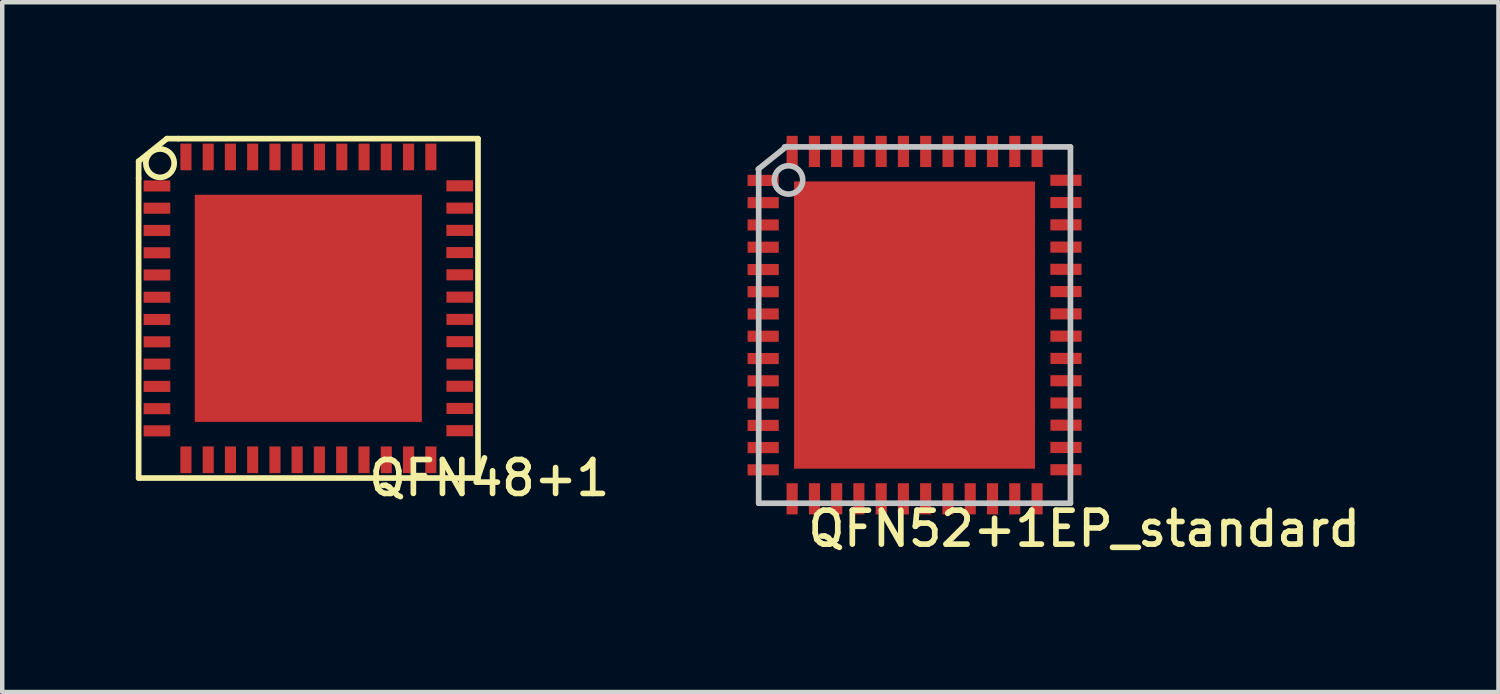
<source format=kicad_pcb>
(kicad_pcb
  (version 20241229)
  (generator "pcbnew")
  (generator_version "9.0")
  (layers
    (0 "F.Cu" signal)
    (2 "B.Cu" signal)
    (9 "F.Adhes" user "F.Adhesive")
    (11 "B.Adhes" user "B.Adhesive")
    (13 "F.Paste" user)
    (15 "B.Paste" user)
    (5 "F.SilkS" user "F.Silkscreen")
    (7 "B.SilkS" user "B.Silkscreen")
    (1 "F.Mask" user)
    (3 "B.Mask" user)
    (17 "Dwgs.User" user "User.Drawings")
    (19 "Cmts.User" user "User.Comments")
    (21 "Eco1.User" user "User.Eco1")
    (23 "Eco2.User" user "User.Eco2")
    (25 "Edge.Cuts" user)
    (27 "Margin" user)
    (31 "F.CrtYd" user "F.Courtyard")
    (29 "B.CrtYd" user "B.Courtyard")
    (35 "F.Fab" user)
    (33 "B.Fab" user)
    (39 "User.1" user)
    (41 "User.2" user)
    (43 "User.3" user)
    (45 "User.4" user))
  (footprint "QFN48+1"
    (layer "F.Cu")
    (at 3.873 3.873)
    (property "Reference" "QFN48+1" (at 4.064 3.81 0) (layer "F.SilkS") (effects (font (size 0.762 0.762) (thickness 0.127))))
    (attr smd)
    (fp_line (start -3.81 -3.302) (end -3.81 -2.921) (stroke (width 0.127) (type solid)) (layer "F.SilkS"))
    (fp_line (start -3.81 3.81) (end -3.81 -2.921) (stroke (width 0.127) (type solid)) (layer "F.SilkS"))
    (fp_line (start -3.175 -3.81) (end -3.81 -3.302) (stroke (width 0.127) (type solid)) (layer "F.SilkS"))
    (fp_line (start -2.921 -3.81) (end -3.175 -3.81) (stroke (width 0.127) (type solid)) (layer "F.SilkS"))
    (fp_line (start -2.921 -3.81) (end 3.81 -3.81) (stroke (width 0.127) (type solid)) (layer "F.SilkS"))
    (fp_line (start 3.81 -3.81) (end 3.81 3.81) (stroke (width 0.127) (type solid)) (layer "F.SilkS"))
    (fp_line (start 3.81 3.81) (end -3.81 3.81) (stroke (width 0.127) (type solid)) (layer "F.SilkS"))
    (fp_circle (center -3.33 -3.259) (end -3.432 -3.561) (stroke (width 0.127) (type solid)) (fill no) (layer "F.SilkS"))
    (pad "1" smd rect (at -3.399 -2.748) (size 0.599 0.249) (layers "F.Cu" "F.Mask" "F.Paste"))
    (pad "2" smd rect (at -3.399 -2.248) (size 0.599 0.249) (layers "F.Cu" "F.Mask" "F.Paste"))
    (pad "3" smd rect (at -3.399 -1.748) (size 0.599 0.249) (layers "F.Cu" "F.Mask" "F.Paste"))
    (pad "4" smd rect (at -3.399 -1.247) (size 0.599 0.249) (layers "F.Cu" "F.Mask" "F.Paste"))
    (pad "5" smd rect (at -3.399 -0.749) (size 0.599 0.249) (layers "F.Cu" "F.Mask" "F.Paste"))
    (pad "6" smd rect (at -3.399 -0.249) (size 0.599 0.249) (layers "F.Cu" "F.Mask" "F.Paste"))
    (pad "7" smd rect (at -3.399 0.251) (size 0.599 0.249) (layers "F.Cu" "F.Mask" "F.Paste"))
    (pad "8" smd rect (at -3.399 0.752) (size 0.599 0.249) (layers "F.Cu" "F.Mask" "F.Paste"))
    (pad "9" smd rect (at -3.399 1.252) (size 0.599 0.249) (layers "F.Cu" "F.Mask" "F.Paste"))
    (pad "10" smd rect (at -3.399 1.753) (size 0.599 0.249) (layers "F.Cu" "F.Mask" "F.Paste"))
    (pad "11" smd rect (at -3.399 2.253) (size 0.599 0.249) (layers "F.Cu" "F.Mask" "F.Paste"))
    (pad "12" smd rect (at -3.399 2.751) (size 0.599 0.249) (layers "F.Cu" "F.Mask" "F.Paste"))
    (pad "13" smd rect (at -2.748 3.401) (size 0.249 0.599) (layers "F.Cu" "F.Mask" "F.Paste"))
    (pad "14" smd rect (at -2.248 3.401) (size 0.249 0.599) (layers "F.Cu" "F.Mask" "F.Paste"))
    (pad "15" smd rect (at -1.748 3.401) (size 0.249 0.599) (layers "F.Cu" "F.Mask" "F.Paste"))
    (pad "16" smd rect (at -1.25 3.401) (size 0.249 0.599) (layers "F.Cu" "F.Mask" "F.Paste"))
    (pad "17" smd rect (at -0.749 3.401) (size 0.249 0.599) (layers "F.Cu" "F.Mask" "F.Paste"))
    (pad "18" smd rect (at -0.251 3.401) (size 0.249 0.599) (layers "F.Cu" "F.Mask" "F.Paste"))
    (pad "19" smd rect (at 0.249 3.401) (size 0.249 0.599) (layers "F.Cu" "F.Mask" "F.Paste"))
    (pad "20" smd rect (at 0.749 3.401) (size 0.249 0.599) (layers "F.Cu" "F.Mask" "F.Paste"))
    (pad "21" smd rect (at 1.25 3.401) (size 0.249 0.599) (layers "F.Cu" "F.Mask" "F.Paste"))
    (pad "22" smd rect (at 1.75 3.401) (size 0.249 0.599) (layers "F.Cu" "F.Mask" "F.Paste"))
    (pad "23" smd rect (at 2.25 3.401) (size 0.249 0.599) (layers "F.Cu" "F.Mask" "F.Paste"))
    (pad "24" smd rect (at 2.751 3.401) (size 0.249 0.599) (layers "F.Cu" "F.Mask" "F.Paste"))
    (pad "25" smd rect (at 3.399 2.748) (size 0.599 0.249) (layers "F.Cu" "F.Mask" "F.Paste"))
    (pad "26" smd rect (at 3.401 2.248) (size 0.599 0.249) (layers "F.Cu" "F.Mask" "F.Paste"))
    (pad "27" smd rect (at 3.401 1.75) (size 0.599 0.249) (layers "F.Cu" "F.Mask" "F.Paste"))
    (pad "28" smd rect (at 3.401 1.25) (size 0.599 0.249) (layers "F.Cu" "F.Mask" "F.Paste"))
    (pad "29" smd rect (at 3.401 0.749) (size 0.599 0.249) (layers "F.Cu" "F.Mask" "F.Paste"))
    (pad "30" smd rect (at 3.401 0.249) (size 0.599 0.249) (layers "F.Cu" "F.Mask" "F.Paste"))
    (pad "31" smd rect (at 3.401 -0.251) (size 0.599 0.249) (layers "F.Cu" "F.Mask" "F.Paste"))
    (pad "32" smd rect (at 3.401 -0.752) (size 0.599 0.249) (layers "F.Cu" "F.Mask" "F.Paste"))
    (pad "33" smd rect (at 3.399 -1.252) (size 0.599 0.249) (layers "F.Cu" "F.Mask" "F.Paste"))
    (pad "34" smd rect (at 3.399 -1.75) (size 0.599 0.249) (layers "F.Cu" "F.Mask" "F.Paste"))
    (pad "35" smd rect (at 3.399 -2.25) (size 0.599 0.249) (layers "F.Cu" "F.Mask" "F.Paste"))
    (pad "36" smd rect (at 3.399 -2.751) (size 0.599 0.249) (layers "F.Cu" "F.Mask" "F.Paste"))
    (pad "37" smd rect (at 2.751 -3.399) (size 0.249 0.599) (layers "F.Cu" "F.Mask" "F.Paste"))
    (pad "38" smd rect (at 2.25 -3.399) (size 0.249 0.599) (layers "F.Cu" "F.Mask" "F.Paste"))
    (pad "39" smd rect (at 1.75 -3.399) (size 0.249 0.599) (layers "F.Cu" "F.Mask" "F.Paste"))
    (pad "40" smd rect (at 1.252 -3.399) (size 0.249 0.599) (layers "F.Cu" "F.Mask" "F.Paste"))
    (pad "41" smd rect (at 0.752 -3.399) (size 0.249 0.599) (layers "F.Cu" "F.Mask" "F.Paste"))
    (pad "42" smd rect (at 0.251 -3.399) (size 0.249 0.599) (layers "F.Cu" "F.Mask" "F.Paste"))
    (pad "43" smd rect (at -0.249 -3.399) (size 0.249 0.599) (layers "F.Cu" "F.Mask" "F.Paste"))
    (pad "44" smd rect (at -0.749 -3.399) (size 0.249 0.599) (layers "F.Cu" "F.Mask" "F.Paste"))
    (pad "45" smd rect (at -1.25 -3.399) (size 0.249 0.599) (layers "F.Cu" "F.Mask" "F.Paste"))
    (pad "46" smd rect (at -1.75 -3.399) (size 0.249 0.599) (layers "F.Cu" "F.Mask" "F.Paste"))
    (pad "47" smd rect (at -2.248 -3.399) (size 0.249 0.599) (layers "F.Cu" "F.Mask" "F.Paste"))
    (pad "48" smd rect (at -2.748 -3.399) (size 0.249 0.599) (layers "F.Cu" "F.Mask" "F.Paste"))
    (pad "49" smd rect (at 0 0) (size 5.1 5.1) (layers "F.Cu" "F.Mask" "F.Paste")))
  (footprint "QFN52+1EP_standard"
    (layer "F.Cu")
    (at 17.485 4.249)
    (property "Reference" "QFN52+1EP_standard" (at 3.81 4.572 0) (layer "F.SilkS") (effects (font (size 0.762 0.762) (thickness 0.127))))
    (attr smd)
    (fp_line (start -3.5 4) (end -3.5 -3.5) (stroke (width 0.127) (type solid)) (layer "Dwgs.User"))
    (fp_line (start -2.921 -4) (end 3.5 -4) (stroke (width 0.127) (type solid)) (layer "Dwgs.User"))
    (fp_line (start -2.875 -4.01) (end -3.51 -3.502) (stroke (width 0.127) (type solid)) (layer "Dwgs.User"))
    (fp_line (start 3.5 -4) (end 3.5 4) (stroke (width 0.127) (type solid)) (layer "Dwgs.User"))
    (fp_line (start 3.5 4) (end -3.5 4) (stroke (width 0.127) (type solid)) (layer "Dwgs.User"))
    (fp_circle (center -2.83 -3.259) (end -2.932 -3.561) (stroke (width 0.127) (type solid)) (fill no) (layer "Dwgs.User"))
    (pad "1" smd rect (at -3.399 -3.248) (size 0.7 0.25) (layers "F.Cu" "F.Mask" "F.Paste"))
    (pad "2" smd rect (at -3.399 -2.748) (size 0.7 0.25) (layers "F.Cu" "F.Mask" "F.Paste"))
    (pad "3" smd rect (at -3.399 -2.248) (size 0.7 0.25) (layers "F.Cu" "F.Mask" "F.Paste"))
    (pad "4" smd rect (at -3.399 -1.748) (size 0.7 0.25) (layers "F.Cu" "F.Mask" "F.Paste"))
    (pad "5" smd rect (at -3.399 -1.247) (size 0.7 0.25) (layers "F.Cu" "F.Mask" "F.Paste"))
    (pad "6" smd rect (at -3.399 -0.749) (size 0.7 0.25) (layers "F.Cu" "F.Mask" "F.Paste"))
    (pad "7" smd rect (at -3.399 -0.249) (size 0.7 0.25) (layers "F.Cu" "F.Mask" "F.Paste"))
    (pad "8" smd rect (at -3.399 0.251) (size 0.7 0.25) (layers "F.Cu" "F.Mask" "F.Paste"))
    (pad "9" smd rect (at -3.399 0.752) (size 0.7 0.25) (layers "F.Cu" "F.Mask" "F.Paste"))
    (pad "10" smd rect (at -3.399 1.252) (size 0.7 0.25) (layers "F.Cu" "F.Mask" "F.Paste"))
    (pad "11" smd rect (at -3.399 1.753) (size 0.7 0.25) (layers "F.Cu" "F.Mask" "F.Paste"))
    (pad "12" smd rect (at -3.399 2.253) (size 0.7 0.25) (layers "F.Cu" "F.Mask" "F.Paste"))
    (pad "13" smd rect (at -3.399 2.751) (size 0.7 0.25) (layers "F.Cu" "F.Mask" "F.Paste"))
    (pad "14" smd rect (at -3.399 3.251) (size 0.7 0.25) (layers "F.Cu" "F.Mask" "F.Paste"))
    (pad "14" smd rect (at -2.748 3.901 90) (size 0.7 0.25) (layers "F.Cu" "F.Mask" "F.Paste"))
    (pad "15" smd rect (at -2.248 3.901 90) (size 0.7 0.25) (layers "F.Cu" "F.Mask" "F.Paste"))
    (pad "16" smd rect (at -1.748 3.901 90) (size 0.7 0.25) (layers "F.Cu" "F.Mask" "F.Paste"))
    (pad "18" smd rect (at -1.25 3.901 90) (size 0.7 0.25) (layers "F.Cu" "F.Mask" "F.Paste"))
    (pad "19" smd rect (at -0.749 3.901 90) (size 0.7 0.25) (layers "F.Cu" "F.Mask" "F.Paste"))
    (pad "20" smd rect (at -0.251 3.901 90) (size 0.7 0.25) (layers "F.Cu" "F.Mask" "F.Paste"))
    (pad "21" smd rect (at 0.249 3.901 90) (size 0.7 0.25) (layers "F.Cu" "F.Mask" "F.Paste"))
    (pad "22" smd rect (at 0.749 3.901 90) (size 0.7 0.25) (layers "F.Cu" "F.Mask" "F.Paste"))
    (pad "23" smd rect (at 1.25 3.901 90) (size 0.7 0.25) (layers "F.Cu" "F.Mask" "F.Paste"))
    (pad "24" smd rect (at 1.75 3.901 90) (size 0.7 0.25) (layers "F.Cu" "F.Mask" "F.Paste"))
    (pad "25" smd rect (at 2.25 3.901 90) (size 0.7 0.25) (layers "F.Cu" "F.Mask" "F.Paste"))
    (pad "26" smd rect (at 2.751 3.901 90) (size 0.7 0.25) (layers "F.Cu" "F.Mask" "F.Paste"))
    (pad "27" smd rect (at 3.399 3.248) (size 0.7 0.25) (layers "F.Cu" "F.Mask" "F.Paste"))
    (pad "28" smd rect (at 3.399 2.748) (size 0.7 0.25) (layers "F.Cu" "F.Mask" "F.Paste"))
    (pad "29" smd rect (at 3.401 2.248) (size 0.7 0.25) (layers "F.Cu" "F.Mask" "F.Paste"))
    (pad "30" smd rect (at 3.401 1.75) (size 0.7 0.25) (layers "F.Cu" "F.Mask" "F.Paste"))
    (pad "31" smd rect (at 3.401 1.25) (size 0.7 0.25) (layers "F.Cu" "F.Mask" "F.Paste"))
    (pad "32" smd rect (at 3.401 0.749) (size 0.7 0.25) (layers "F.Cu" "F.Mask" "F.Paste"))
    (pad "33" smd rect (at 3.401 0.249) (size 0.7 0.25) (layers "F.Cu" "F.Mask" "F.Paste"))
    (pad "34" smd rect (at 3.401 -0.251) (size 0.7 0.25) (layers "F.Cu" "F.Mask" "F.Paste"))
    (pad "35" smd rect (at 3.401 -0.752) (size 0.7 0.25) (layers "F.Cu" "F.Mask" "F.Paste"))
    (pad "36" smd rect (at 3.399 -1.252) (size 0.7 0.25) (layers "F.Cu" "F.Mask" "F.Paste"))
    (pad "37" smd rect (at 3.399 -1.75) (size 0.7 0.25) (layers "F.Cu" "F.Mask" "F.Paste"))
    (pad "38" smd rect (at 3.399 -2.25) (size 0.7 0.25) (layers "F.Cu" "F.Mask" "F.Paste"))
    (pad "39" smd rect (at 3.399 -2.751) (size 0.7 0.25) (layers "F.Cu" "F.Mask" "F.Paste"))
    (pad "40" smd rect (at 3.399 -3.251) (size 0.7 0.25) (layers "F.Cu" "F.Mask" "F.Paste"))
    (pad "41" smd rect (at 2.751 -3.899 90) (size 0.7 0.25) (layers "F.Cu" "F.Mask" "F.Paste"))
    (pad "42" smd rect (at 2.25 -3.899 90) (size 0.7 0.25) (layers "F.Cu" "F.Mask" "F.Paste"))
    (pad "43" smd rect (at 1.75 -3.899 90) (size 0.7 0.25) (layers "F.Cu" "F.Mask" "F.Paste"))
    (pad "44" smd rect (at 1.252 -3.899 90) (size 0.7 0.25) (layers "F.Cu" "F.Mask" "F.Paste"))
    (pad "45" smd rect (at 0.752 -3.899 90) (size 0.7 0.25) (layers "F.Cu" "F.Mask" "F.Paste"))
    (pad "46" smd rect (at 0.251 -3.899 90) (size 0.7 0.25) (layers "F.Cu" "F.Mask" "F.Paste"))
    (pad "47" smd rect (at -0.249 -3.899 90) (size 0.7 0.25) (layers "F.Cu" "F.Mask" "F.Paste"))
    (pad "48" smd rect (at -0.749 -3.899 90) (size 0.7 0.25) (layers "F.Cu" "F.Mask" "F.Paste"))
    (pad "49" smd rect (at -1.25 -3.899 90) (size 0.7 0.25) (layers "F.Cu" "F.Mask" "F.Paste"))
    (pad "50" smd rect (at -1.75 -3.899 90) (size 0.7 0.25) (layers "F.Cu" "F.Mask" "F.Paste"))
    (pad "51" smd rect (at -2.248 -3.899 90) (size 0.7 0.25) (layers "F.Cu" "F.Mask" "F.Paste"))
    (pad "52" smd rect (at -2.748 -3.899 90) (size 0.7 0.25) (layers "F.Cu" "F.Mask" "F.Paste"))
    (pad "53" smd trapezoid (at 0 0) (size 5.41 6.45) (layers "F.Cu" "F.Mask" "F.Paste")))
  (gr_rect
    (start -3 -3)
    (end 30.596 12.489)
    (stroke (width 0.1) (type default))
    (fill no)
    (layer "Edge.Cuts")))
</source>
